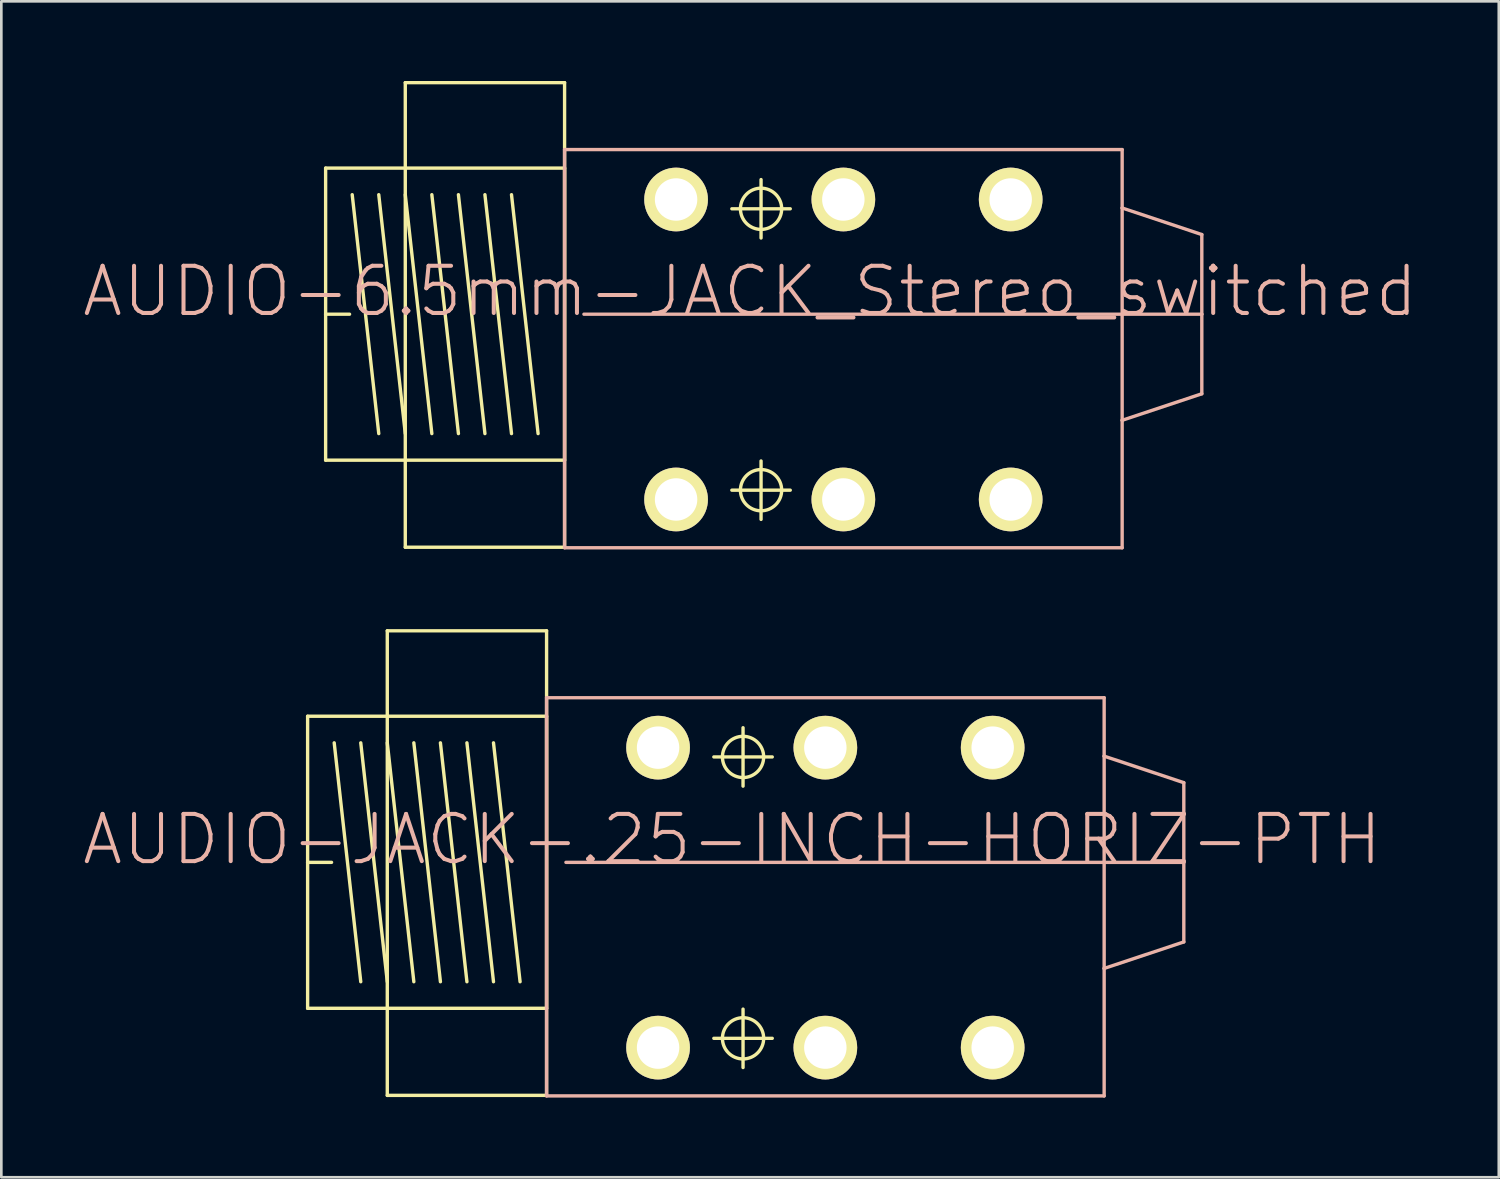
<source format=kicad_pcb>
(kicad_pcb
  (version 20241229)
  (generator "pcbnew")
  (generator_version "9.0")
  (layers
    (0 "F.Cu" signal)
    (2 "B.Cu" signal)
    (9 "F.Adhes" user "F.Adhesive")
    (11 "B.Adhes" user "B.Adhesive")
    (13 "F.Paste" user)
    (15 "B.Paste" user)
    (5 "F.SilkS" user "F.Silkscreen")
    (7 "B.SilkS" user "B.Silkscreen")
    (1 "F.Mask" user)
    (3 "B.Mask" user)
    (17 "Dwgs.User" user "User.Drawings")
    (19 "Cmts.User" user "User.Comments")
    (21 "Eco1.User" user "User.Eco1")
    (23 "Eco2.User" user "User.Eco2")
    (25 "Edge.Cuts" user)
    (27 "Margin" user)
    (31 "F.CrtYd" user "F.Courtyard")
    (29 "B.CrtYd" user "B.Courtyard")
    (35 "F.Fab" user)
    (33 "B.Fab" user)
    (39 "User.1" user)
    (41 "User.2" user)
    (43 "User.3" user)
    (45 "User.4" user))
  (footprint "AUDIO-6.5mm-JACK_Stereo_switched"
    (layer "F.Cu")
    (at 18.212 8.811)
    (property "Reference" "AUDIO-6.5mm-JACK_Stereo_switched" (at 6.985 -0.889 0) (layer "B.SilkS") (effects (font (size 1.778 1.778) (thickness 0.152))))
    (attr exclude_from_pos_files exclude_from_bom)
    (fp_line (start -8.999 -5.53) (end 0 -5.53) (stroke (width 0.127) (type solid)) (layer "F.SilkS"))
    (fp_line (start -8.999 -0.028) (end -8.999 -5.53) (stroke (width 0.127) (type solid)) (layer "F.SilkS"))
    (fp_line (start -8.999 -0.028) (end -8.098 -0.028) (stroke (width 0.127) (type solid)) (layer "F.SilkS"))
    (fp_line (start -8.999 5.469) (end -8.999 -0.028) (stroke (width 0.127) (type solid)) (layer "F.SilkS"))
    (fp_line (start -7.998 -4.529) (end -6.998 4.468) (stroke (width 0.127) (type solid)) (layer "F.SilkS"))
    (fp_line (start -6.998 -4.529) (end -5.999 4.468) (stroke (width 0.127) (type solid)) (layer "F.SilkS"))
    (fp_line (start -5.999 -8.748) (end -5.999 8.748) (stroke (width 0.127) (type solid)) (layer "F.SilkS"))
    (fp_line (start -5.999 -8.748) (end 0 -8.748) (stroke (width 0.127) (type solid)) (layer "F.SilkS"))
    (fp_line (start -5.999 -4.529) (end -4.999 4.468) (stroke (width 0.127) (type solid)) (layer "F.SilkS"))
    (fp_line (start -5.999 8.748) (end 0 8.748) (stroke (width 0.127) (type solid)) (layer "F.SilkS"))
    (fp_line (start -4.999 -4.529) (end -3.998 4.468) (stroke (width 0.127) (type solid)) (layer "F.SilkS"))
    (fp_line (start -3.998 -4.529) (end -3 4.468) (stroke (width 0.127) (type solid)) (layer "F.SilkS"))
    (fp_line (start -3 -4.529) (end -1.999 4.468) (stroke (width 0.127) (type solid)) (layer "F.SilkS"))
    (fp_line (start -1.999 -4.529) (end -0.998 4.468) (stroke (width 0.127) (type solid)) (layer "F.SilkS"))
    (fp_line (start 0 -8.748) (end 0 8.748) (stroke (width 0.127) (type solid)) (layer "F.SilkS"))
    (fp_line (start 0 -5.53) (end 0 5.469) (stroke (width 0.127) (type solid)) (layer "F.SilkS"))
    (fp_line (start 0 5.469) (end -8.999 5.469) (stroke (width 0.127) (type solid)) (layer "F.SilkS"))
    (fp_line (start 6.299 -3.998) (end 8.499 -3.998) (stroke (width 0.127) (type solid)) (layer "F.SilkS"))
    (fp_line (start 6.299 6.599) (end 8.499 6.599) (stroke (width 0.127) (type solid)) (layer "F.SilkS"))
    (fp_line (start 7.399 -2.898) (end 7.399 -5.098) (stroke (width 0.127) (type solid)) (layer "F.SilkS"))
    (fp_line (start 7.399 7.699) (end 7.399 5.499) (stroke (width 0.127) (type solid)) (layer "F.SilkS"))
    (fp_circle (center 7.399 -3.998) (end 7.948 -4.547) (stroke (width 0.127) (type solid)) (fill no) (layer "F.SilkS"))
    (fp_circle (center 7.399 6.599) (end 7.948 7.148) (stroke (width 0.127) (type solid)) (fill no) (layer "F.SilkS"))
    (fp_line (start 0 -6.228) (end 0 8.768) (stroke (width 0.127) (type solid)) (layer "B.SilkS"))
    (fp_line (start 0 8.768) (end 20.998 8.768) (stroke (width 0.127) (type solid)) (layer "B.SilkS"))
    (fp_line (start 0.729 -0.028) (end 23.998 -0.028) (stroke (width 0.127) (type solid)) (layer "B.SilkS"))
    (fp_line (start 20.998 -6.228) (end 0 -6.228) (stroke (width 0.127) (type solid)) (layer "B.SilkS"))
    (fp_line (start 20.998 -4.028) (end 20.998 -6.228) (stroke (width 0.127) (type solid)) (layer "B.SilkS"))
    (fp_line (start 20.998 3.967) (end 20.998 -4.028) (stroke (width 0.127) (type solid)) (layer "B.SilkS"))
    (fp_line (start 20.998 8.768) (end 20.998 3.967) (stroke (width 0.127) (type solid)) (layer "B.SilkS"))
    (fp_line (start 23.998 -3.028) (end 20.998 -4.028) (stroke (width 0.127) (type solid)) (layer "B.SilkS"))
    (fp_line (start 23.998 -0.028) (end 23.998 -3.028) (stroke (width 0.127) (type solid)) (layer "B.SilkS"))
    (fp_line (start 23.998 -0.028) (end 23.998 2.969) (stroke (width 0.127) (type solid)) (layer "B.SilkS"))
    (fp_line (start 23.998 2.969) (end 20.998 3.967) (stroke (width 0.127) (type solid)) (layer "B.SilkS"))
    (pad "1" thru_hole circle (at 4.199 -4.348) (size 2.398 2.398) (drill 1.598) (layers "*.Cu" "F.Mask" "F.SilkS" "F.Paste"))
    (pad "2" thru_hole circle (at 16.8 -4.348) (size 2.398 2.398) (drill 1.598) (layers "*.Cu" "F.Mask" "F.SilkS" "F.Paste"))
    (pad "3" thru_hole circle (at 10.498 -4.348) (size 2.398 2.398) (drill 1.598) (layers "*.Cu" "F.Mask" "F.SilkS" "F.Paste"))
    (pad "4" thru_hole circle (at 4.199 6.949) (size 2.398 2.398) (drill 1.598) (layers "*.Cu" "F.Mask" "F.SilkS" "F.Paste"))
    (pad "5" thru_hole circle (at 16.8 6.949) (size 2.398 2.398) (drill 1.598) (layers "*.Cu" "F.Mask" "F.SilkS" "F.Paste"))
    (pad "6" thru_hole circle (at 10.498 6.949) (size 2.398 2.398) (drill 1.598) (layers "*.Cu" "F.Mask" "F.SilkS" "F.Paste")))
  (footprint "AUDIO-JACK-.25-INCH-HORIZ-PTH"
    (layer "F.Cu")
    (at 17.534 29.454)
    (property "Reference" "AUDIO-JACK-.25-INCH-HORIZ-PTH" (at 6.985 -0.889 0) (layer "B.SilkS") (effects (font (size 1.778 1.778) (thickness 0.152))))
    (attr exclude_from_pos_files exclude_from_bom)
    (fp_line (start -8.999 -5.53) (end 0 -5.53) (stroke (width 0.127) (type solid)) (layer "F.SilkS"))
    (fp_line (start -8.999 -0.028) (end -8.999 -5.53) (stroke (width 0.127) (type solid)) (layer "F.SilkS"))
    (fp_line (start -8.999 -0.028) (end -8.098 -0.028) (stroke (width 0.127) (type solid)) (layer "F.SilkS"))
    (fp_line (start -8.999 5.469) (end -8.999 -0.028) (stroke (width 0.127) (type solid)) (layer "F.SilkS"))
    (fp_line (start -7.998 -4.529) (end -6.998 4.468) (stroke (width 0.127) (type solid)) (layer "F.SilkS"))
    (fp_line (start -6.998 -4.529) (end -5.999 4.468) (stroke (width 0.127) (type solid)) (layer "F.SilkS"))
    (fp_line (start -5.999 -8.748) (end -5.999 8.748) (stroke (width 0.127) (type solid)) (layer "F.SilkS"))
    (fp_line (start -5.999 -8.748) (end 0 -8.748) (stroke (width 0.127) (type solid)) (layer "F.SilkS"))
    (fp_line (start -5.999 -4.529) (end -4.999 4.468) (stroke (width 0.127) (type solid)) (layer "F.SilkS"))
    (fp_line (start -5.999 8.748) (end 0 8.748) (stroke (width 0.127) (type solid)) (layer "F.SilkS"))
    (fp_line (start -4.999 -4.529) (end -3.998 4.468) (stroke (width 0.127) (type solid)) (layer "F.SilkS"))
    (fp_line (start -3.998 -4.529) (end -3 4.468) (stroke (width 0.127) (type solid)) (layer "F.SilkS"))
    (fp_line (start -3 -4.529) (end -1.999 4.468) (stroke (width 0.127) (type solid)) (layer "F.SilkS"))
    (fp_line (start -1.999 -4.529) (end -0.998 4.468) (stroke (width 0.127) (type solid)) (layer "F.SilkS"))
    (fp_line (start 0 -8.748) (end 0 8.748) (stroke (width 0.127) (type solid)) (layer "F.SilkS"))
    (fp_line (start 0 -5.53) (end 0 5.469) (stroke (width 0.127) (type solid)) (layer "F.SilkS"))
    (fp_line (start 0 5.469) (end -8.999 5.469) (stroke (width 0.127) (type solid)) (layer "F.SilkS"))
    (fp_line (start 6.299 -3.998) (end 8.499 -3.998) (stroke (width 0.127) (type solid)) (layer "F.SilkS"))
    (fp_line (start 6.299 6.599) (end 8.499 6.599) (stroke (width 0.127) (type solid)) (layer "F.SilkS"))
    (fp_line (start 7.399 -2.898) (end 7.399 -5.098) (stroke (width 0.127) (type solid)) (layer "F.SilkS"))
    (fp_line (start 7.399 7.699) (end 7.399 5.499) (stroke (width 0.127) (type solid)) (layer "F.SilkS"))
    (fp_circle (center 7.399 -3.998) (end 7.948 -4.547) (stroke (width 0.127) (type solid)) (fill no) (layer "F.SilkS"))
    (fp_circle (center 7.399 6.599) (end 7.948 7.148) (stroke (width 0.127) (type solid)) (fill no) (layer "F.SilkS"))
    (fp_line (start 0 -6.228) (end 0 8.768) (stroke (width 0.127) (type solid)) (layer "B.SilkS"))
    (fp_line (start 0 8.768) (end 20.998 8.768) (stroke (width 0.127) (type solid)) (layer "B.SilkS"))
    (fp_line (start 0.729 -0.028) (end 23.998 -0.028) (stroke (width 0.127) (type solid)) (layer "B.SilkS"))
    (fp_line (start 20.998 -6.228) (end 0 -6.228) (stroke (width 0.127) (type solid)) (layer "B.SilkS"))
    (fp_line (start 20.998 -4.028) (end 20.998 -6.228) (stroke (width 0.127) (type solid)) (layer "B.SilkS"))
    (fp_line (start 20.998 3.967) (end 20.998 -4.028) (stroke (width 0.127) (type solid)) (layer "B.SilkS"))
    (fp_line (start 20.998 8.768) (end 20.998 3.967) (stroke (width 0.127) (type solid)) (layer "B.SilkS"))
    (fp_line (start 23.998 -3.028) (end 20.998 -4.028) (stroke (width 0.127) (type solid)) (layer "B.SilkS"))
    (fp_line (start 23.998 -0.028) (end 23.998 -3.028) (stroke (width 0.127) (type solid)) (layer "B.SilkS"))
    (fp_line (start 23.998 -0.028) (end 23.998 2.969) (stroke (width 0.127) (type solid)) (layer "B.SilkS"))
    (fp_line (start 23.998 2.969) (end 20.998 3.967) (stroke (width 0.127) (type solid)) (layer "B.SilkS"))
    (pad "RING" thru_hole circle (at 10.498 -4.348) (size 2.398 2.398) (drill 1.598) (layers "*.Cu" "F.Mask" "F.SilkS" "F.Paste"))
    (pad "RING" thru_hole circle (at 10.498 6.949) (size 2.398 2.398) (drill 1.598) (layers "*.Cu" "F.Mask" "F.SilkS" "F.Paste"))
    (pad "SLEE" thru_hole circle (at 4.199 -4.348) (size 2.398 2.398) (drill 1.598) (layers "*.Cu" "F.Mask" "F.SilkS" "F.Paste"))
    (pad "SLEE" thru_hole circle (at 4.199 6.949) (size 2.398 2.398) (drill 1.598) (layers "*.Cu" "F.Mask" "F.SilkS" "F.Paste"))
    (pad "TIP" thru_hole circle (at 16.8 6.949) (size 2.398 2.398) (drill 1.598) (layers "*.Cu" "F.Mask" "F.SilkS" "F.Paste"))
    (pad "TIP-" thru_hole circle (at 16.8 -4.348) (size 2.398 2.398) (drill 1.598) (layers "*.Cu" "F.Mask" "F.SilkS" "F.Paste")))
  (gr_rect
    (start -3 -3)
    (end 53.394 41.286)
    (stroke (width 0.1) (type default))
    (fill no)
    (layer "Edge.Cuts")))
</source>
